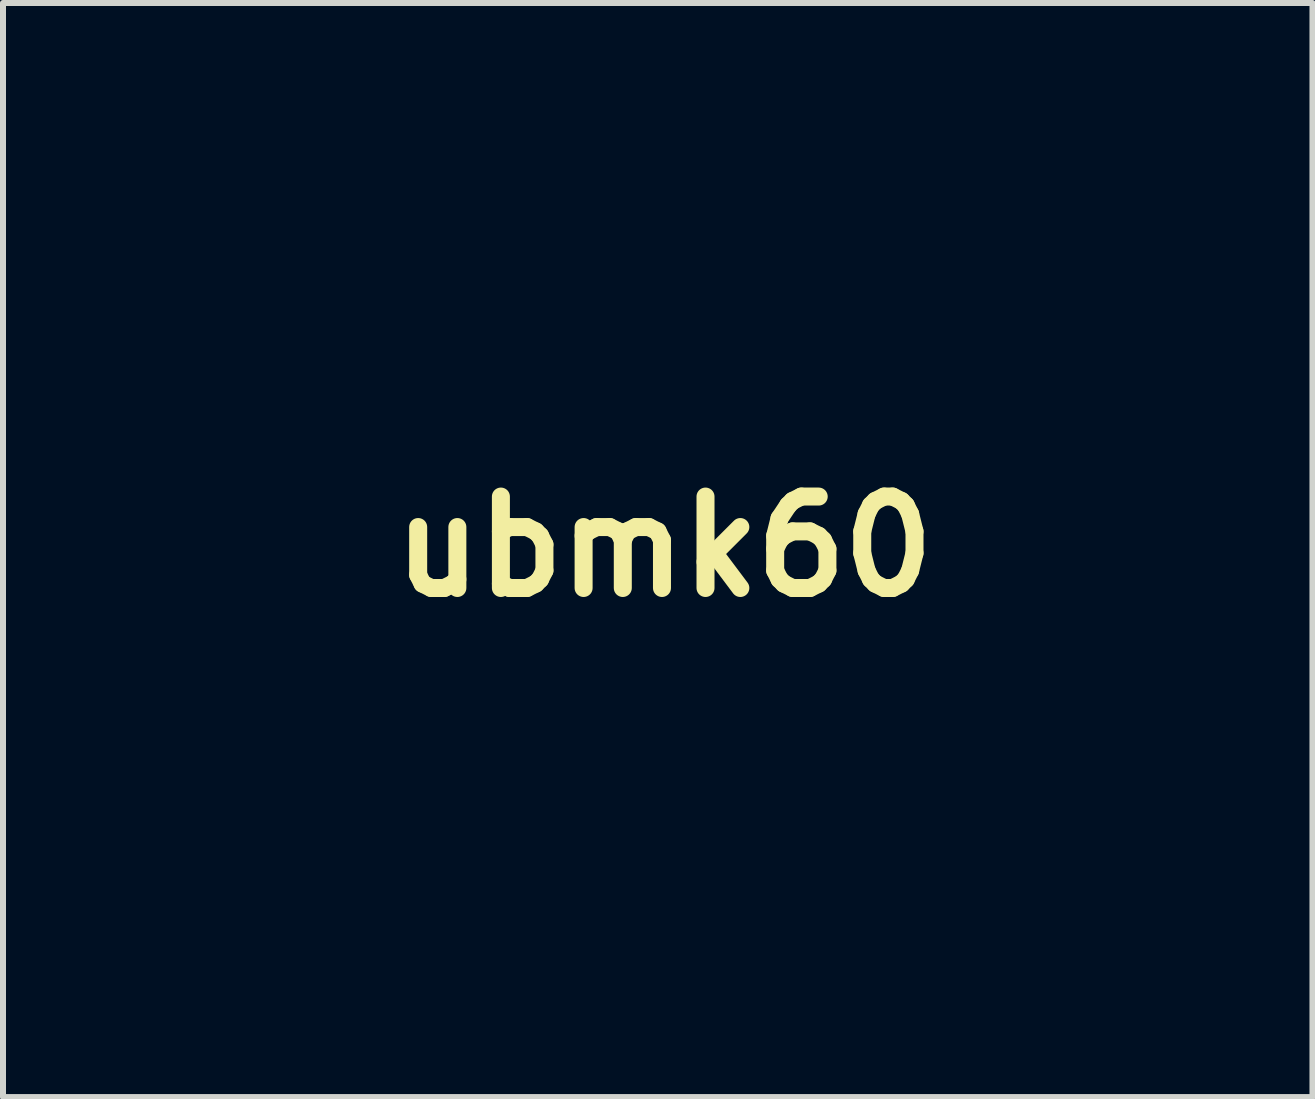
<source format=kicad_pcb>
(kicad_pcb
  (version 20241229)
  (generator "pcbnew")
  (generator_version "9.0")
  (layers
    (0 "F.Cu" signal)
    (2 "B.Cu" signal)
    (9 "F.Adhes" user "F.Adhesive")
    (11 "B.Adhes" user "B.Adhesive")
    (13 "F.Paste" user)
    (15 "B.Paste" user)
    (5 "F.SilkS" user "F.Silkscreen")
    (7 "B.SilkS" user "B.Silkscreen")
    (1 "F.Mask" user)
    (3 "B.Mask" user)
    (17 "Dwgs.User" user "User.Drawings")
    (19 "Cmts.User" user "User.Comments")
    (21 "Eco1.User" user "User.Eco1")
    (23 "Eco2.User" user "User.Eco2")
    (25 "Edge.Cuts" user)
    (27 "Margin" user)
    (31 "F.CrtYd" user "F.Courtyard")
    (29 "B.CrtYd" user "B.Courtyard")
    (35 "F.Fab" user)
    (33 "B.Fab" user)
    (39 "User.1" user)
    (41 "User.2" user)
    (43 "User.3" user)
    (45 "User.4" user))
  (footprint "ubmk60"
    (layer "F.Cu")
    (at 8.021 6.062)
    (property "Reference" "ubmk60" (at 0 0 0) (layer "F.SilkS") (effects (font (size 1.524 1.524) (thickness 0.3))))
    (attr through_hole)
    (fp_poly (pts (xy -1.143 -4.834) (xy -1.002 -4.834) (xy -1.002 -4.623) (xy -1.529 -4.623) (xy -1.529 -4.834) (xy -1.37 -4.834) (xy -1.38 -5.247) (xy -1.446 -5.252) (xy -1.512 -5.258) (xy -1.512 -5.449) (xy -1.143 -5.449) (xy -1.143 -4.834)) (stroke (width 0.01) (type solid)) (fill yes) (layer "F.Mask"))
    (fp_poly (pts (xy -0.193 -4.834) (xy -0.053 -4.834) (xy -0.053 -4.623) (xy -0.58 -4.623) (xy -0.58 -4.834) (xy -0.421 -4.834) (xy -0.431 -5.247) (xy -0.497 -5.252) (xy -0.562 -5.258) (xy -0.562 -5.449) (xy -0.193 -5.449) (xy -0.193 -4.834)) (stroke (width 0.01) (type solid)) (fill yes) (layer "F.Mask"))
    (fp_poly (pts (xy -0.714 -4.837) (xy -0.673 -4.801) (xy -0.653 -4.751) (xy -0.657 -4.697) (xy -0.689 -4.648) (xy -0.697 -4.642) (xy -0.753 -4.611) (xy -0.803 -4.613) (xy -0.853 -4.649) (xy -0.853 -4.649) (xy -0.889 -4.699) (xy -0.891 -4.749) (xy -0.86 -4.805) (xy -0.86 -4.805) (xy -0.812 -4.844) (xy -0.772 -4.851) (xy -0.714 -4.837)) (stroke (width 0.01) (type solid)) (fill yes) (layer "F.Mask"))
    (fp_poly (pts (xy 6.293 -4.73) (xy 6.346 -4.688) (xy 6.376 -4.624) (xy 6.38 -4.586) (xy 6.365 -4.523) (xy 6.325 -4.473) (xy 6.269 -4.443) (xy 6.206 -4.438) (xy 6.176 -4.447) (xy 6.125 -4.485) (xy 6.091 -4.543) (xy 6.082 -4.593) (xy 6.096 -4.642) (xy 6.13 -4.691) (xy 6.174 -4.729) (xy 6.219 -4.746) (xy 6.222 -4.746) (xy 6.293 -4.73)) (stroke (width 0.01) (type solid)) (fill yes) (layer "F.Mask"))
    (fp_poly (pts (xy -3.44 -5.867) (xy -3.324 -5.862) (xy -4.134 -4.623) (xy -4.256 -4.623) (xy -4.316 -4.624) (xy -4.359 -4.626) (xy -4.377 -4.63) (xy -4.377 -4.63) (xy -4.368 -4.647) (xy -4.341 -4.688) (xy -4.301 -4.752) (xy -4.248 -4.834) (xy -4.186 -4.929) (xy -4.117 -5.036) (xy -4.043 -5.149) (xy -3.967 -5.265) (xy -3.891 -5.38) (xy -3.818 -5.491) (xy -3.751 -5.593) (xy -3.691 -5.684) (xy -3.641 -5.758) (xy -3.604 -5.813) (xy -3.583 -5.844) (xy -3.578 -5.85) (xy -3.545 -5.864) (xy -3.48 -5.868) (xy -3.44 -5.867)) (stroke (width 0.01) (type solid)) (fill yes) (layer "F.Mask"))
    (fp_poly (pts (xy 6.313 -5.228) (xy 6.373 -5.222) (xy 6.424 -5.209) (xy 6.48 -5.186) (xy 6.504 -5.175) (xy 6.636 -5.093) (xy 6.743 -4.987) (xy 6.797 -4.908) (xy 6.826 -4.836) (xy 6.826 -4.774) (xy 6.8 -4.726) (xy 6.748 -4.698) (xy 6.706 -4.693) (xy 6.672 -4.697) (xy 6.642 -4.712) (xy 6.609 -4.745) (xy 6.57 -4.794) (xy 6.48 -4.892) (xy 6.383 -4.955) (xy 6.279 -4.984) (xy 6.167 -4.98) (xy 6.108 -4.965) (xy 6.02 -4.946) (xy 5.955 -4.952) (xy 5.913 -4.985) (xy 5.9 -5.012) (xy 5.89 -5.081) (xy 5.912 -5.137) (xy 5.965 -5.181) (xy 6.048 -5.211) (xy 6.16 -5.227) (xy 6.231 -5.229) (xy 6.313 -5.228)) (stroke (width 0.01) (type solid)) (fill yes) (layer "F.Mask"))
    (fp_poly (pts (xy -0.879 5.101) (xy -0.795 5.114) (xy -0.734 5.139) (xy -0.689 5.178) (xy -0.654 5.234) (xy -0.649 5.245) (xy -0.621 5.335) (xy -0.625 5.418) (xy -0.661 5.495) (xy -0.731 5.57) (xy -0.804 5.625) (xy -0.923 5.704) (xy -0.615 5.714) (xy -0.615 5.924) (xy -0.839 5.923) (xy -0.928 5.921) (xy -1.006 5.918) (xy -1.066 5.913) (xy -1.099 5.907) (xy -1.101 5.907) (xy -1.153 5.869) (xy -1.194 5.811) (xy -1.213 5.746) (xy -1.213 5.738) (xy -1.207 5.695) (xy -1.186 5.653) (xy -1.146 5.609) (xy -1.083 5.556) (xy -1.002 5.496) (xy -0.922 5.434) (xy -0.876 5.384) (xy -0.863 5.345) (xy -0.883 5.316) (xy -0.937 5.299) (xy -1.024 5.291) (xy -1.049 5.291) (xy -1.178 5.291) (xy -1.178 5.098) (xy -0.991 5.098) (xy -0.879 5.101)) (stroke (width 0.01) (type solid)) (fill yes) (layer "F.Mask"))
    (fp_poly (pts (xy -2.373 5.101) (xy -2.289 5.114) (xy -2.228 5.139) (xy -2.183 5.178) (xy -2.148 5.234) (xy -2.143 5.245) (xy -2.115 5.335) (xy -2.119 5.418) (xy -2.155 5.495) (xy -2.225 5.57) (xy -2.298 5.625) (xy -2.417 5.704) (xy -2.263 5.709) (xy -2.109 5.714) (xy -2.109 5.924) (xy -2.333 5.923) (xy -2.422 5.921) (xy -2.5 5.918) (xy -2.56 5.913) (xy -2.594 5.907) (xy -2.595 5.907) (xy -2.648 5.869) (xy -2.688 5.811) (xy -2.707 5.746) (xy -2.707 5.738) (xy -2.701 5.695) (xy -2.68 5.653) (xy -2.64 5.609) (xy -2.578 5.556) (xy -2.496 5.496) (xy -2.417 5.434) (xy -2.37 5.384) (xy -2.357 5.345) (xy -2.377 5.316) (xy -2.431 5.299) (xy -2.518 5.291) (xy -2.543 5.291) (xy -2.672 5.291) (xy -2.672 5.098) (xy -2.485 5.098) (xy -2.373 5.101)) (stroke (width 0.01) (type solid)) (fill yes) (layer "F.Mask"))
    (fp_poly (pts (xy 6.374 -5.642) (xy 6.499 -5.62) (xy 6.621 -5.579) (xy 6.741 -5.522) (xy 6.83 -5.467) (xy 6.92 -5.396) (xy 7.005 -5.315) (xy 7.081 -5.23) (xy 7.143 -5.145) (xy 7.187 -5.067) (xy 7.206 -5.001) (xy 7.207 -4.989) (xy 7.193 -4.926) (xy 7.152 -4.885) (xy 7.088 -4.869) (xy 7.082 -4.869) (xy 7.033 -4.873) (xy 7.003 -4.892) (xy 6.982 -4.924) (xy 6.882 -5.076) (xy 6.763 -5.201) (xy 6.627 -5.297) (xy 6.477 -5.363) (xy 6.345 -5.394) (xy 6.232 -5.401) (xy 6.114 -5.393) (xy 6.005 -5.372) (xy 5.948 -5.353) (xy 5.864 -5.329) (xy 5.795 -5.331) (xy 5.745 -5.357) (xy 5.717 -5.407) (xy 5.713 -5.445) (xy 5.73 -5.499) (xy 5.777 -5.546) (xy 5.852 -5.587) (xy 5.951 -5.618) (xy 6.068 -5.64) (xy 6.201 -5.649) (xy 6.231 -5.649) (xy 6.374 -5.642)) (stroke (width 0.01) (type solid)) (fill yes) (layer "F.Mask"))
    (fp_poly (pts (xy 2.49 5.303) (xy 2.562 5.328) (xy 2.643 5.385) (xy 2.699 5.462) (xy 2.731 5.552) (xy 2.736 5.648) (xy 2.713 5.744) (xy 2.662 5.832) (xy 2.652 5.845) (xy 2.588 5.897) (xy 2.511 5.928) (xy 2.432 5.937) (xy 2.36 5.921) (xy 2.317 5.894) (xy 2.302 5.882) (xy 2.292 5.884) (xy 2.287 5.905) (xy 2.285 5.951) (xy 2.285 6.018) (xy 2.285 6.17) (xy 2.055 6.17) (xy 2.06 5.83) (xy 2.063 5.615) (xy 2.285 5.615) (xy 2.299 5.67) (xy 2.335 5.708) (xy 2.383 5.726) (xy 2.434 5.72) (xy 2.47 5.695) (xy 2.496 5.645) (xy 2.498 5.589) (xy 2.479 5.537) (xy 2.444 5.499) (xy 2.397 5.484) (xy 2.361 5.499) (xy 2.323 5.534) (xy 2.295 5.579) (xy 2.285 5.615) (xy 2.063 5.615) (xy 2.065 5.49) (xy 2.116 5.424) (xy 2.19 5.354) (xy 2.283 5.31) (xy 2.385 5.292) (xy 2.49 5.303)) (stroke (width 0.01) (type solid)) (fill yes) (layer "F.Mask"))
    (fp_poly (pts (xy -4.237 -5.896) (xy -4.143 -5.864) (xy -4.061 -5.805) (xy -4.058 -5.803) (xy -4.017 -5.755) (xy -3.994 -5.708) (xy -3.982 -5.643) (xy -3.981 -5.639) (xy -3.977 -5.509) (xy -4 -5.401) (xy -4.031 -5.34) (xy -4.089 -5.28) (xy -4.169 -5.234) (xy -4.258 -5.207) (xy -4.307 -5.203) (xy -4.39 -5.215) (xy -4.465 -5.243) (xy -4.535 -5.286) (xy -4.581 -5.337) (xy -4.609 -5.404) (xy -4.621 -5.494) (xy -4.623 -5.555) (xy -4.623 -5.558) (xy -4.394 -5.558) (xy -4.384 -5.486) (xy -4.357 -5.438) (xy -4.317 -5.415) (xy -4.269 -5.423) (xy -4.247 -5.436) (xy -4.23 -5.457) (xy -4.222 -5.492) (xy -4.222 -5.551) (xy -4.222 -5.564) (xy -4.227 -5.623) (xy -4.235 -5.657) (xy -4.252 -5.675) (xy -4.275 -5.685) (xy -4.328 -5.689) (xy -4.367 -5.663) (xy -4.39 -5.609) (xy -4.394 -5.558) (xy -4.623 -5.558) (xy -4.622 -5.634) (xy -4.616 -5.689) (xy -4.605 -5.728) (xy -4.585 -5.764) (xy -4.583 -5.766) (xy -4.516 -5.837) (xy -4.431 -5.882) (xy -4.336 -5.902) (xy -4.237 -5.896)) (stroke (width 0.01) (type solid)) (fill yes) (layer "F.Mask"))
    (fp_poly (pts (xy 2.848 -1.986) (xy 2.98 -1.986) (xy 3.129 -2.259) (xy 3.278 -2.531) (xy 3.59 -2.531) (xy 3.691 -2.531) (xy 3.778 -2.529) (xy 3.845 -2.528) (xy 3.889 -2.525) (xy 3.902 -2.523) (xy 3.893 -2.506) (xy 3.868 -2.465) (xy 3.83 -2.403) (xy 3.781 -2.325) (xy 3.725 -2.236) (xy 3.715 -2.221) (xy 3.659 -2.131) (xy 3.611 -2.051) (xy 3.575 -1.987) (xy 3.553 -1.942) (xy 3.546 -1.921) (xy 3.547 -1.92) (xy 3.599 -1.893) (xy 3.659 -1.846) (xy 3.716 -1.789) (xy 3.737 -1.763) (xy 3.772 -1.709) (xy 3.798 -1.647) (xy 3.816 -1.571) (xy 3.826 -1.476) (xy 3.831 -1.356) (xy 3.832 -1.274) (xy 3.832 -1.037) (xy 3.269 -1.037) (xy 3.269 -1.272) (xy 3.269 -1.369) (xy 3.267 -1.438) (xy 3.262 -1.485) (xy 3.254 -1.517) (xy 3.242 -1.541) (xy 3.233 -1.553) (xy 3.174 -1.6) (xy 3.087 -1.626) (xy 2.974 -1.632) (xy 2.962 -1.632) (xy 2.856 -1.626) (xy 2.847 -1.037) (xy 2.303 -1.037) (xy 2.303 -3.146) (xy 2.848 -3.146) (xy 2.848 -1.986)) (stroke (width 0.01) (type solid)) (fill yes) (layer "F.Mask"))
    (fp_poly (pts (xy 6.304 -6.057) (xy 6.428 -6.051) (xy 6.536 -6.039) (xy 6.609 -6.024) (xy 6.73 -5.984) (xy 6.862 -5.927) (xy 6.989 -5.861) (xy 7.072 -5.811) (xy 7.157 -5.747) (xy 7.244 -5.668) (xy 7.328 -5.581) (xy 7.406 -5.488) (xy 7.474 -5.396) (xy 7.53 -5.308) (xy 7.568 -5.23) (xy 7.586 -5.167) (xy 7.584 -5.132) (xy 7.554 -5.082) (xy 7.506 -5.051) (xy 7.452 -5.043) (xy 7.402 -5.058) (xy 7.374 -5.084) (xy 7.353 -5.117) (xy 7.318 -5.169) (xy 7.276 -5.233) (xy 7.259 -5.259) (xy 7.142 -5.411) (xy 7.003 -5.543) (xy 6.851 -5.649) (xy 6.795 -5.679) (xy 6.596 -5.76) (xy 6.398 -5.806) (xy 6.2 -5.817) (xy 6 -5.793) (xy 5.83 -5.748) (xy 5.743 -5.72) (xy 5.683 -5.705) (xy 5.64 -5.701) (xy 5.61 -5.706) (xy 5.566 -5.738) (xy 5.542 -5.792) (xy 5.543 -5.856) (xy 5.544 -5.861) (xy 5.572 -5.902) (xy 5.634 -5.944) (xy 5.729 -5.985) (xy 5.853 -6.024) (xy 5.939 -6.041) (xy 6.05 -6.052) (xy 6.175 -6.057) (xy 6.304 -6.057)) (stroke (width 0.01) (type solid)) (fill yes) (layer "F.Mask"))
    (fp_poly (pts (xy -3.497 -2.114) (xy -3.496 -1.949) (xy -3.492 -1.818) (xy -3.487 -1.72) (xy -3.48 -1.657) (xy -3.475 -1.636) (xy -3.433 -1.567) (xy -3.366 -1.52) (xy -3.294 -1.501) (xy -3.216 -1.505) (xy -3.15 -1.539) (xy -3.099 -1.598) (xy -3.086 -1.618) (xy -3.077 -1.638) (xy -3.07 -1.664) (xy -3.065 -1.7) (xy -3.061 -1.75) (xy -3.06 -1.82) (xy -3.059 -1.914) (xy -3.059 -2.037) (xy -3.059 -2.094) (xy -3.059 -2.531) (xy -2.514 -2.531) (xy -2.514 -2.033) (xy -2.514 -1.87) (xy -2.516 -1.737) (xy -2.519 -1.631) (xy -2.525 -1.546) (xy -2.535 -1.478) (xy -2.548 -1.424) (xy -2.566 -1.377) (xy -2.59 -1.335) (xy -2.619 -1.291) (xy -2.628 -1.279) (xy -2.727 -1.173) (xy -2.849 -1.091) (xy -2.933 -1.053) (xy -3.013 -1.031) (xy -3.116 -1.016) (xy -3.23 -1.008) (xy -3.343 -1.007) (xy -3.445 -1.014) (xy -3.507 -1.026) (xy -3.654 -1.079) (xy -3.784 -1.158) (xy -3.892 -1.259) (xy -3.974 -1.376) (xy -3.987 -1.403) (xy -4.034 -1.503) (xy -4.04 -2.017) (xy -4.045 -2.531) (xy -3.498 -2.531) (xy -3.497 -2.114)) (stroke (width 0.01) (type solid)) (fill yes) (layer "F.Mask"))
    (fp_poly (pts (xy 1.23 5.29) (xy 0.835 5.3) (xy 0.835 5.344) (xy 0.837 5.365) (xy 0.847 5.379) (xy 0.872 5.387) (xy 0.921 5.393) (xy 0.978 5.397) (xy 1.055 5.404) (xy 1.109 5.414) (xy 1.149 5.431) (xy 1.184 5.455) (xy 1.24 5.518) (xy 1.271 5.595) (xy 1.276 5.678) (xy 1.257 5.759) (xy 1.214 5.83) (xy 1.15 5.883) (xy 1.124 5.896) (xy 1.076 5.909) (xy 1.011 5.918) (xy 0.921 5.923) (xy 0.835 5.924) (xy 0.615 5.924) (xy 0.615 5.73) (xy 0.799 5.73) (xy 0.887 5.729) (xy 0.947 5.725) (xy 0.985 5.717) (xy 1.007 5.705) (xy 1.01 5.702) (xy 1.033 5.668) (xy 1.026 5.64) (xy 0.986 5.619) (xy 0.912 5.604) (xy 0.86 5.598) (xy 0.783 5.586) (xy 0.716 5.567) (xy 0.687 5.553) (xy 0.628 5.499) (xy 0.593 5.427) (xy 0.582 5.346) (xy 0.595 5.265) (xy 0.631 5.192) (xy 0.691 5.135) (xy 0.694 5.133) (xy 0.721 5.118) (xy 0.753 5.108) (xy 0.797 5.102) (xy 0.858 5.099) (xy 0.945 5.098) (xy 0.991 5.098) (xy 1.23 5.098) (xy 1.23 5.29)) (stroke (width 0.01) (type solid)) (fill yes) (layer "F.Mask"))
    (fp_poly (pts (xy -3.28 -5.278) (xy -3.19 -5.24) (xy -3.123 -5.177) (xy -3.113 -5.162) (xy -3.094 -5.124) (xy -3.083 -5.081) (xy -3.077 -5.021) (xy -3.076 -4.947) (xy -3.081 -4.844) (xy -3.099 -4.767) (xy -3.132 -4.709) (xy -3.185 -4.662) (xy -3.219 -4.641) (xy -3.299 -4.613) (xy -3.394 -4.604) (xy -3.488 -4.614) (xy -3.569 -4.643) (xy -3.574 -4.646) (xy -3.633 -4.689) (xy -3.673 -4.735) (xy -3.696 -4.795) (xy -3.707 -4.875) (xy -3.709 -4.946) (xy -3.709 -4.951) (xy -3.48 -4.951) (xy -3.475 -4.88) (xy -3.457 -4.838) (xy -3.422 -4.819) (xy -3.393 -4.816) (xy -3.35 -4.824) (xy -3.326 -4.837) (xy -3.314 -4.866) (xy -3.306 -4.916) (xy -3.305 -4.951) (xy -3.307 -5.009) (xy -3.317 -5.043) (xy -3.34 -5.067) (xy -3.349 -5.073) (xy -3.383 -5.091) (xy -3.41 -5.088) (xy -3.436 -5.073) (xy -3.463 -5.05) (xy -3.476 -5.02) (xy -3.48 -4.97) (xy -3.48 -4.951) (xy -3.709 -4.951) (xy -3.707 -5.029) (xy -3.701 -5.086) (xy -3.69 -5.128) (xy -3.672 -5.162) (xy -3.61 -5.229) (xy -3.524 -5.273) (xy -3.416 -5.29) (xy -3.393 -5.291) (xy -3.28 -5.278)) (stroke (width 0.01) (type solid)) (fill yes) (layer "F.Mask"))
    (fp_poly (pts (xy 1.801 5.316) (xy 1.822 5.325) (xy 1.875 5.356) (xy 1.917 5.392) (xy 1.925 5.403) (xy 1.954 5.464) (xy 1.973 5.537) (xy 1.979 5.605) (xy 1.976 5.634) (xy 1.97 5.654) (xy 1.958 5.666) (xy 1.935 5.673) (xy 1.893 5.677) (xy 1.826 5.678) (xy 1.782 5.678) (xy 1.707 5.679) (xy 1.647 5.682) (xy 1.609 5.687) (xy 1.6 5.692) (xy 1.612 5.719) (xy 1.651 5.737) (xy 1.719 5.746) (xy 1.779 5.748) (xy 1.916 5.748) (xy 1.916 5.924) (xy 1.771 5.923) (xy 1.692 5.92) (xy 1.618 5.911) (xy 1.562 5.899) (xy 1.556 5.898) (xy 1.476 5.853) (xy 1.411 5.784) (xy 1.369 5.702) (xy 1.361 5.665) (xy 1.361 5.561) (xy 1.372 5.524) (xy 1.588 5.524) (xy 1.589 5.543) (xy 1.619 5.552) (xy 1.681 5.555) (xy 1.736 5.554) (xy 1.763 5.55) (xy 1.767 5.539) (xy 1.755 5.518) (xy 1.754 5.515) (xy 1.712 5.478) (xy 1.662 5.471) (xy 1.616 5.494) (xy 1.588 5.524) (xy 1.372 5.524) (xy 1.39 5.468) (xy 1.443 5.392) (xy 1.516 5.335) (xy 1.603 5.301) (xy 1.7 5.293) (xy 1.801 5.316)) (stroke (width 0.01) (type solid)) (fill yes) (layer "F.Mask"))
    (fp_poly (pts (xy -1.723 -2.408) (xy -1.645 -2.468) (xy -1.542 -2.525) (xy -1.423 -2.556) (xy -1.294 -2.563) (xy -1.162 -2.544) (xy -1.032 -2.502) (xy -0.913 -2.436) (xy -0.863 -2.398) (xy -0.786 -2.317) (xy -0.718 -2.213) (xy -0.666 -2.098) (xy -0.643 -2.022) (xy -0.619 -1.848) (xy -0.625 -1.682) (xy -0.661 -1.527) (xy -0.723 -1.385) (xy -0.811 -1.262) (xy -0.922 -1.158) (xy -1.055 -1.079) (xy -1.207 -1.026) (xy -1.227 -1.022) (xy -1.323 -1.008) (xy -1.436 -1.004) (xy -1.552 -1.008) (xy -1.655 -1.019) (xy -1.703 -1.03) (xy -1.857 -1.088) (xy -1.99 -1.175) (xy -2.102 -1.289) (xy -2.19 -1.429) (xy -2.196 -1.441) (xy -2.259 -1.573) (xy -2.26 -1.775) (xy -1.705 -1.775) (xy -1.691 -1.675) (xy -1.651 -1.593) (xy -1.59 -1.533) (xy -1.514 -1.498) (xy -1.427 -1.49) (xy -1.334 -1.514) (xy -1.317 -1.522) (xy -1.256 -1.571) (xy -1.213 -1.642) (xy -1.191 -1.726) (xy -1.189 -1.815) (xy -1.209 -1.9) (xy -1.251 -1.973) (xy -1.264 -1.987) (xy -1.338 -2.04) (xy -1.417 -2.063) (xy -1.497 -2.057) (xy -1.571 -2.027) (xy -1.634 -1.974) (xy -1.68 -1.901) (xy -1.703 -1.811) (xy -1.705 -1.775) (xy -2.26 -1.775) (xy -2.264 -2.36) (xy -2.269 -3.146) (xy -1.723 -3.146) (xy -1.723 -2.408)) (stroke (width 0.01) (type solid)) (fill yes) (layer "F.Mask"))
    (fp_poly (pts (xy -1.627 -5.238) (xy -1.583 -5.236) (xy -1.565 -5.233) (xy -1.564 -5.233) (xy -1.57 -5.212) (xy -1.585 -5.166) (xy -1.607 -5.1) (xy -1.633 -5.021) (xy -1.662 -4.937) (xy -1.691 -4.855) (xy -1.717 -4.782) (xy -1.738 -4.723) (xy -1.752 -4.687) (xy -1.755 -4.681) (xy -1.789 -4.647) (xy -1.844 -4.621) (xy -1.905 -4.607) (xy -1.923 -4.606) (xy -1.966 -4.615) (xy -2.006 -4.632) (xy -2.044 -4.66) (xy -2.065 -4.688) (xy -2.075 -4.714) (xy -2.092 -4.765) (xy -2.116 -4.833) (xy -2.143 -4.912) (xy -2.171 -4.995) (xy -2.198 -5.075) (xy -2.222 -5.145) (xy -2.239 -5.199) (xy -2.249 -5.229) (xy -2.25 -5.233) (xy -2.234 -5.236) (xy -2.192 -5.237) (xy -2.132 -5.238) (xy -2.128 -5.238) (xy -2.062 -5.237) (xy -2.023 -5.231) (xy -2.003 -5.219) (xy -1.998 -5.207) (xy -1.99 -5.178) (xy -1.977 -5.123) (xy -1.961 -5.052) (xy -1.951 -5.004) (xy -1.934 -4.933) (xy -1.919 -4.878) (xy -1.908 -4.845) (xy -1.904 -4.84) (xy -1.897 -4.86) (xy -1.885 -4.906) (xy -1.87 -4.97) (xy -1.862 -5.004) (xy -1.846 -5.078) (xy -1.832 -5.143) (xy -1.822 -5.189) (xy -1.819 -5.199) (xy -1.811 -5.219) (xy -1.794 -5.231) (xy -1.76 -5.237) (xy -1.701 -5.238) (xy -1.687 -5.238) (xy -1.627 -5.238)) (stroke (width 0.01) (type solid)) (fill yes) (layer "F.Mask"))
    (fp_poly (pts (xy -5.645 1.707) (xy -5.526 1.708) (xy -5.429 1.709) (xy -5.357 1.711) (xy -5.316 1.714) (xy -5.314 1.714) (xy -5.207 1.743) (xy -5.119 1.801) (xy -5.067 1.862) (xy -5.027 1.921) (xy -5.027 2.684) (xy -5.027 2.868) (xy -5.028 3.021) (xy -5.028 3.145) (xy -5.029 3.244) (xy -5.031 3.321) (xy -5.034 3.38) (xy -5.037 3.424) (xy -5.042 3.456) (xy -5.048 3.481) (xy -5.055 3.5) (xy -5.062 3.516) (xy -5.112 3.581) (xy -5.174 3.629) (xy -5.25 3.674) (xy -6.761 3.674) (xy -6.839 3.624) (xy -6.871 3.603) (xy -6.898 3.584) (xy -6.92 3.562) (xy -6.938 3.534) (xy -6.951 3.498) (xy -6.961 3.451) (xy -6.969 3.388) (xy -6.973 3.307) (xy -6.976 3.204) (xy -6.977 3.078) (xy -6.976 2.923) (xy -6.975 2.737) (xy -6.975 2.67) (xy -6.973 2.355) (xy -6.346 2.355) (xy -6.346 3.041) (xy -5.66 3.041) (xy -5.66 2.355) (xy -6.346 2.355) (xy -6.973 2.355) (xy -6.97 1.904) (xy -6.92 1.84) (xy -6.897 1.809) (xy -6.875 1.784) (xy -6.851 1.764) (xy -6.822 1.748) (xy -6.783 1.736) (xy -6.733 1.726) (xy -6.666 1.72) (xy -6.58 1.715) (xy -6.47 1.712) (xy -6.335 1.71) (xy -6.169 1.709) (xy -6.082 1.708) (xy -5.927 1.707) (xy -5.78 1.707) (xy -5.645 1.707)) (stroke (width 0.01) (type solid)) (fill yes) (layer "F.Mask"))
    (fp_poly (pts (xy -6.243 -5.87) (xy -6.177 -5.868) (xy -6.133 -5.865) (xy -6.117 -5.862) (xy -6.126 -5.844) (xy -6.151 -5.803) (xy -6.187 -5.745) (xy -6.232 -5.676) (xy -6.233 -5.675) (xy -6.283 -5.596) (xy -6.314 -5.541) (xy -6.326 -5.505) (xy -6.32 -5.483) (xy -6.294 -5.47) (xy -6.25 -5.462) (xy -6.241 -5.46) (xy -6.15 -5.429) (xy -6.073 -5.37) (xy -6.01 -5.29) (xy -5.966 -5.195) (xy -5.942 -5.091) (xy -5.942 -4.984) (xy -5.967 -4.881) (xy -5.978 -4.857) (xy -6.037 -4.77) (xy -6.121 -4.695) (xy -6.217 -4.642) (xy -6.247 -4.631) (xy -6.319 -4.617) (xy -6.407 -4.609) (xy -6.497 -4.608) (xy -6.574 -4.614) (xy -6.609 -4.622) (xy -6.73 -4.674) (xy -6.824 -4.749) (xy -6.892 -4.842) (xy -6.931 -4.95) (xy -6.94 -5.072) (xy -6.938 -5.082) (xy -6.578 -5.082) (xy -6.57 -5.01) (xy -6.569 -5.008) (xy -6.538 -4.96) (xy -6.486 -4.931) (xy -6.425 -4.923) (xy -6.367 -4.94) (xy -6.348 -4.953) (xy -6.309 -5.003) (xy -6.299 -5.061) (xy -6.314 -5.117) (xy -6.351 -5.162) (xy -6.407 -5.189) (xy -6.439 -5.192) (xy -6.509 -5.178) (xy -6.556 -5.14) (xy -6.578 -5.082) (xy -6.938 -5.082) (xy -6.919 -5.202) (xy -6.875 -5.318) (xy -6.846 -5.375) (xy -6.801 -5.452) (xy -6.747 -5.54) (xy -6.69 -5.629) (xy -6.676 -5.651) (xy -6.53 -5.87) (xy -6.324 -5.87) (xy -6.243 -5.87)) (stroke (width 0.01) (type solid)) (fill yes) (layer "F.Mask"))
    (fp_poly (pts (xy -1.537 5.094) (xy -1.45 5.132) (xy -1.38 5.192) (xy -1.368 5.207) (xy -1.352 5.233) (xy -1.34 5.26) (xy -1.333 5.295) (xy -1.329 5.345) (xy -1.327 5.418) (xy -1.327 5.503) (xy -1.327 5.599) (xy -1.329 5.668) (xy -1.333 5.715) (xy -1.341 5.747) (xy -1.353 5.773) (xy -1.371 5.799) (xy -1.374 5.804) (xy -1.422 5.852) (xy -1.478 5.892) (xy -1.489 5.898) (xy -1.563 5.922) (xy -1.651 5.935) (xy -1.735 5.934) (xy -1.781 5.924) (xy -1.857 5.887) (xy -1.925 5.829) (xy -1.973 5.763) (xy -1.975 5.759) (xy -1.989 5.718) (xy -1.998 5.661) (xy -2.003 5.581) (xy -2.004 5.507) (xy -1.775 5.507) (xy -1.774 5.578) (xy -1.769 5.625) (xy -1.758 5.656) (xy -1.737 5.682) (xy -1.732 5.687) (xy -1.695 5.717) (xy -1.663 5.73) (xy -1.661 5.73) (xy -1.63 5.719) (xy -1.593 5.69) (xy -1.59 5.687) (xy -1.568 5.661) (xy -1.555 5.632) (xy -1.549 5.589) (xy -1.547 5.523) (xy -1.547 5.507) (xy -1.551 5.413) (xy -1.565 5.349) (xy -1.591 5.311) (xy -1.631 5.293) (xy -1.661 5.291) (xy -1.711 5.299) (xy -1.745 5.325) (xy -1.765 5.374) (xy -1.774 5.451) (xy -1.775 5.507) (xy -2.004 5.507) (xy -2.004 5.499) (xy -2.003 5.408) (xy -1.999 5.344) (xy -1.992 5.298) (xy -1.98 5.262) (xy -1.964 5.231) (xy -1.905 5.161) (xy -1.826 5.112) (xy -1.733 5.084) (xy -1.634 5.078) (xy -1.537 5.094)) (stroke (width 0.01) (type solid)) (fill yes) (layer "F.Mask"))
    (fp_poly (pts (xy -0.043 5.094) (xy 0.044 5.132) (xy 0.115 5.192) (xy 0.126 5.207) (xy 0.143 5.233) (xy 0.154 5.26) (xy 0.161 5.295) (xy 0.165 5.345) (xy 0.167 5.418) (xy 0.167 5.503) (xy 0.167 5.599) (xy 0.165 5.668) (xy 0.161 5.715) (xy 0.154 5.747) (xy 0.141 5.773) (xy 0.124 5.799) (xy 0.12 5.804) (xy 0.073 5.852) (xy 0.016 5.892) (xy 0.005 5.898) (xy -0.069 5.922) (xy -0.157 5.935) (xy -0.241 5.934) (xy -0.287 5.924) (xy -0.362 5.887) (xy -0.431 5.829) (xy -0.479 5.763) (xy -0.481 5.759) (xy -0.495 5.718) (xy -0.504 5.661) (xy -0.509 5.581) (xy -0.509 5.507) (xy -0.281 5.507) (xy -0.28 5.578) (xy -0.275 5.625) (xy -0.263 5.656) (xy -0.243 5.682) (xy -0.238 5.687) (xy -0.201 5.717) (xy -0.169 5.73) (xy -0.167 5.73) (xy -0.136 5.719) (xy -0.099 5.69) (xy -0.096 5.687) (xy -0.074 5.661) (xy -0.061 5.632) (xy -0.055 5.589) (xy -0.053 5.523) (xy -0.053 5.507) (xy -0.057 5.413) (xy -0.071 5.349) (xy -0.097 5.311) (xy -0.137 5.293) (xy -0.167 5.291) (xy -0.217 5.299) (xy -0.25 5.325) (xy -0.271 5.374) (xy -0.28 5.451) (xy -0.281 5.507) (xy -0.509 5.507) (xy -0.509 5.499) (xy -0.508 5.408) (xy -0.505 5.344) (xy -0.498 5.298) (xy -0.486 5.262) (xy -0.47 5.231) (xy -0.411 5.161) (xy -0.332 5.112) (xy -0.239 5.084) (xy -0.14 5.078) (xy -0.043 5.094)) (stroke (width 0.01) (type solid)) (fill yes) (layer "F.Mask"))
    (fp_poly (pts (xy -0.454 -0.599) (xy -0.402 -0.555) (xy -0.355 -0.502) (xy -0.35 -0.495) (xy -0.308 -0.433) (xy -0.308 1.101) (xy -0.356 1.174) (xy -0.401 1.227) (xy -0.455 1.272) (xy -0.474 1.283) (xy -0.492 1.292) (xy -0.512 1.299) (xy -0.538 1.304) (xy -0.572 1.309) (xy -0.618 1.312) (xy -0.679 1.315) (xy -0.76 1.316) (xy -0.863 1.318) (xy -0.991 1.318) (xy -1.149 1.318) (xy -1.287 1.318) (xy -1.469 1.318) (xy -1.62 1.318) (xy -1.742 1.317) (xy -1.839 1.316) (xy -1.914 1.314) (xy -1.972 1.311) (xy -2.014 1.307) (xy -2.045 1.303) (xy -2.067 1.296) (xy -2.085 1.289) (xy -2.092 1.286) (xy -2.141 1.251) (xy -2.192 1.203) (xy -2.206 1.187) (xy -2.259 1.122) (xy -2.264 0.359) (xy -2.265 0.175) (xy -2.266 0.023) (xy -2.266 0) (xy -1.635 0) (xy -1.635 0.331) (xy -1.634 0.436) (xy -1.632 0.528) (xy -1.63 0.602) (xy -1.627 0.653) (xy -1.623 0.674) (xy -1.623 0.674) (xy -1.603 0.677) (xy -1.553 0.681) (xy -1.479 0.683) (xy -1.387 0.685) (xy -1.283 0.686) (xy -0.949 0.686) (xy -0.949 0) (xy -1.635 0) (xy -2.266 0) (xy -2.266 -0.101) (xy -2.265 -0.199) (xy -2.264 -0.277) (xy -2.262 -0.335) (xy -2.259 -0.379) (xy -2.254 -0.412) (xy -2.249 -0.436) (xy -2.242 -0.455) (xy -2.233 -0.474) (xy -2.233 -0.474) (xy -2.194 -0.529) (xy -2.142 -0.58) (xy -2.123 -0.593) (xy -2.05 -0.642) (xy -0.516 -0.642) (xy -0.454 -0.599)) (stroke (width 0.01) (type solid)) (fill yes) (layer "F.Mask"))
    (fp_poly (pts (xy -5.139 -5.886) (xy -5.026 -5.853) (xy -4.93 -5.796) (xy -4.889 -5.76) (xy -4.847 -5.717) (xy -4.816 -5.674) (xy -4.793 -5.626) (xy -4.778 -5.566) (xy -4.769 -5.488) (xy -4.765 -5.387) (xy -4.764 -5.26) (xy -4.765 -5.132) (xy -4.768 -5.033) (xy -4.776 -4.957) (xy -4.789 -4.898) (xy -4.81 -4.85) (xy -4.839 -4.807) (xy -4.878 -4.763) (xy -4.883 -4.758) (xy -4.951 -4.695) (xy -5.02 -4.653) (xy -5.098 -4.627) (xy -5.196 -4.614) (xy -5.256 -4.611) (xy -5.339 -4.611) (xy -5.413 -4.615) (xy -5.465 -4.623) (xy -5.476 -4.626) (xy -5.592 -4.687) (xy -5.686 -4.77) (xy -5.753 -4.871) (xy -5.784 -4.963) (xy -5.792 -5.022) (xy -5.797 -5.108) (xy -5.799 -5.215) (xy -5.799 -5.241) (xy -5.432 -5.241) (xy -5.432 -5.013) (xy -5.377 -4.967) (xy -5.311 -4.929) (xy -5.247 -4.925) (xy -5.185 -4.957) (xy -5.167 -4.973) (xy -5.145 -4.996) (xy -5.13 -5.018) (xy -5.122 -5.045) (xy -5.117 -5.087) (xy -5.115 -5.149) (xy -5.115 -5.236) (xy -5.117 -5.346) (xy -5.122 -5.426) (xy -5.133 -5.483) (xy -5.151 -5.521) (xy -5.178 -5.547) (xy -5.212 -5.564) (xy -5.259 -5.58) (xy -5.298 -5.578) (xy -5.333 -5.565) (xy -5.379 -5.539) (xy -5.411 -5.508) (xy -5.413 -5.505) (xy -5.42 -5.473) (xy -5.426 -5.414) (xy -5.43 -5.334) (xy -5.432 -5.241) (xy -5.799 -5.241) (xy -5.798 -5.309) (xy -5.795 -5.409) (xy -5.792 -5.482) (xy -5.786 -5.535) (xy -5.778 -5.575) (xy -5.765 -5.61) (xy -5.746 -5.647) (xy -5.74 -5.657) (xy -5.667 -5.757) (xy -5.574 -5.83) (xy -5.46 -5.875) (xy -5.322 -5.896) (xy -5.273 -5.897) (xy -5.139 -5.886)) (stroke (width 0.01) (type solid)) (fill yes) (layer "F.Mask"))
    (fp_poly (pts (xy 6.623 1.762) (xy 6.676 1.807) (xy 6.721 1.861) (xy 6.732 1.88) (xy 6.741 1.898) (xy 6.748 1.918) (xy 6.753 1.944) (xy 6.758 1.978) (xy 6.761 2.024) (xy 6.764 2.085) (xy 6.766 2.165) (xy 6.767 2.267) (xy 6.767 2.395) (xy 6.767 2.552) (xy 6.767 2.7) (xy 6.767 2.881) (xy 6.767 3.032) (xy 6.767 3.153) (xy 6.766 3.25) (xy 6.764 3.326) (xy 6.761 3.383) (xy 6.758 3.425) (xy 6.753 3.456) (xy 6.747 3.479) (xy 6.74 3.498) (xy 6.73 3.515) (xy 6.728 3.519) (xy 6.685 3.575) (xy 6.629 3.624) (xy 6.617 3.632) (xy 6.545 3.674) (xy 5.79 3.673) (xy 5.607 3.673) (xy 5.456 3.672) (xy 5.333 3.671) (xy 5.235 3.67) (xy 5.158 3.668) (xy 5.1 3.666) (xy 5.057 3.662) (xy 5.025 3.657) (xy 5.002 3.651) (xy 4.983 3.644) (xy 4.97 3.637) (xy 4.919 3.6) (xy 4.87 3.549) (xy 4.856 3.53) (xy 4.808 3.457) (xy 4.808 2.699) (xy 4.808 2.515) (xy 4.808 2.362) (xy 4.808 2.355) (xy 5.449 2.355) (xy 5.449 3.041) (xy 6.135 3.041) (xy 6.135 2.355) (xy 5.449 2.355) (xy 4.808 2.355) (xy 4.809 2.237) (xy 4.81 2.138) (xy 4.812 2.061) (xy 4.815 2.002) (xy 4.819 1.959) (xy 4.824 1.928) (xy 4.829 1.906) (xy 4.837 1.889) (xy 4.838 1.887) (xy 4.884 1.825) (xy 4.945 1.769) (xy 5.009 1.732) (xy 5.024 1.727) (xy 5.052 1.724) (xy 5.11 1.722) (xy 5.196 1.719) (xy 5.305 1.717) (xy 5.433 1.716) (xy 5.577 1.715) (xy 5.733 1.714) (xy 5.811 1.714) (xy 6.55 1.714) (xy 6.623 1.762)) (stroke (width 0.01) (type solid)) (fill yes) (layer "F.Mask"))
    (fp_poly (pts (xy -5.797 -3.005) (xy -5.621 -3.004) (xy -5.476 -3.002) (xy -5.363 -2.998) (xy -5.282 -2.994) (xy -5.236 -2.989) (xy -5.226 -2.987) (xy -5.163 -2.95) (xy -5.101 -2.894) (xy -5.054 -2.83) (xy -5.052 -2.827) (xy -5.046 -2.809) (xy -5.041 -2.78) (xy -5.037 -2.737) (xy -5.033 -2.677) (xy -5.031 -2.597) (xy -5.029 -2.493) (xy -5.028 -2.364) (xy -5.027 -2.205) (xy -5.027 -2.018) (xy -5.027 -1.827) (xy -5.028 -1.669) (xy -5.029 -1.538) (xy -5.031 -1.433) (xy -5.035 -1.35) (xy -5.041 -1.286) (xy -5.049 -1.237) (xy -5.061 -1.2) (xy -5.077 -1.171) (xy -5.096 -1.148) (xy -5.12 -1.127) (xy -5.149 -1.105) (xy -5.161 -1.096) (xy -5.227 -1.046) (xy -5.975 -1.042) (xy -6.161 -1.041) (xy -6.316 -1.041) (xy -6.441 -1.041) (xy -6.541 -1.042) (xy -6.62 -1.044) (xy -6.679 -1.047) (xy -6.723 -1.05) (xy -6.754 -1.055) (xy -6.777 -1.061) (xy -6.785 -1.065) (xy -6.875 -1.121) (xy -6.942 -1.196) (xy -6.954 -1.216) (xy -6.96 -1.247) (xy -6.966 -1.308) (xy -6.971 -1.395) (xy -6.975 -1.503) (xy -6.978 -1.629) (xy -6.98 -1.767) (xy -6.981 -1.913) (xy -6.981 -2.062) (xy -6.98 -2.21) (xy -6.979 -2.352) (xy -6.978 -2.373) (xy -6.346 -2.373) (xy -6.346 -1.67) (xy -5.66 -1.67) (xy -5.66 -2.373) (xy -6.346 -2.373) (xy -6.978 -2.373) (xy -6.976 -2.484) (xy -6.973 -2.601) (xy -6.968 -2.698) (xy -6.963 -2.772) (xy -6.957 -2.817) (xy -6.954 -2.827) (xy -6.908 -2.89) (xy -6.847 -2.948) (xy -6.783 -2.986) (xy -6.78 -2.987) (xy -6.747 -2.992) (xy -6.681 -2.997) (xy -6.581 -3) (xy -6.449 -3.003) (xy -6.286 -3.005) (xy -6.093 -3.006) (xy -6.003 -3.006) (xy -5.797 -3.005)) (stroke (width 0.01) (type solid)) (fill yes) (layer "F.Mask"))
    (fp_poly (pts (xy 0.441 -2.559) (xy 0.592 -2.526) (xy 0.726 -2.471) (xy 0.846 -2.41) (xy 0.926 -2.461) (xy 1.01 -2.502) (xy 1.116 -2.535) (xy 1.23 -2.558) (xy 1.34 -2.566) (xy 1.341 -2.566) (xy 1.508 -2.552) (xy 1.658 -2.512) (xy 1.79 -2.446) (xy 1.9 -2.357) (xy 1.984 -2.247) (xy 2.024 -2.165) (xy 2.036 -2.134) (xy 2.045 -2.103) (xy 2.052 -2.067) (xy 2.057 -2.022) (xy 2.061 -1.963) (xy 2.064 -1.886) (xy 2.067 -1.786) (xy 2.069 -1.658) (xy 2.07 -1.551) (xy 2.077 -1.037) (xy 1.512 -1.037) (xy 1.512 -1.468) (xy 1.511 -1.62) (xy 1.509 -1.741) (xy 1.505 -1.835) (xy 1.498 -1.905) (xy 1.487 -1.957) (xy 1.471 -1.993) (xy 1.45 -2.019) (xy 1.422 -2.037) (xy 1.395 -2.05) (xy 1.313 -2.068) (xy 1.238 -2.055) (xy 1.177 -2.011) (xy 1.135 -1.941) (xy 1.124 -1.905) (xy 1.119 -1.867) (xy 1.115 -1.801) (xy 1.112 -1.712) (xy 1.109 -1.606) (xy 1.108 -1.49) (xy 1.108 -1.437) (xy 1.107 -1.037) (xy 0.562 -1.037) (xy 0.562 -1.477) (xy 0.562 -1.627) (xy 0.56 -1.746) (xy 0.557 -1.838) (xy 0.55 -1.907) (xy 0.539 -1.958) (xy 0.524 -1.993) (xy 0.503 -2.018) (xy 0.475 -2.036) (xy 0.444 -2.051) (xy 0.362 -2.069) (xy 0.288 -2.054) (xy 0.225 -2.008) (xy 0.179 -1.934) (xy 0.177 -1.928) (xy 0.171 -1.894) (xy 0.166 -1.828) (xy 0.162 -1.734) (xy 0.159 -1.616) (xy 0.158 -1.479) (xy 0.158 -1.458) (xy 0.158 -1.037) (xy -0.387 -1.037) (xy -0.387 -1.527) (xy -0.387 -1.675) (xy -0.386 -1.792) (xy -0.384 -1.883) (xy -0.381 -1.954) (xy -0.377 -2.01) (xy -0.371 -2.054) (xy -0.363 -2.092) (xy -0.352 -2.129) (xy -0.351 -2.133) (xy -0.296 -2.255) (xy -0.214 -2.359) (xy -0.11 -2.444) (xy 0.012 -2.508) (xy 0.147 -2.549) (xy 0.292 -2.567) (xy 0.441 -2.559)) (stroke (width 0.01) (type solid)) (fill yes) (layer "F.Mask"))
    (fp_poly (pts (xy 1.911 -0.594) (xy 1.976 -0.535) (xy 2.019 -0.47) (xy 2.029 -0.45) (xy 2.036 -0.429) (xy 2.042 -0.404) (xy 2.047 -0.37) (xy 2.05 -0.325) (xy 2.053 -0.266) (xy 2.055 -0.188) (xy 2.056 -0.087) (xy 2.056 0.038) (xy 2.057 0.193) (xy 2.057 0.331) (xy 2.056 0.515) (xy 2.056 0.667) (xy 2.055 0.791) (xy 2.053 0.889) (xy 2.05 0.965) (xy 2.047 1.023) (xy 2.043 1.065) (xy 2.037 1.096) (xy 2.031 1.118) (xy 2.03 1.121) (xy 1.988 1.197) (xy 1.933 1.252) (xy 1.877 1.285) (xy 1.859 1.293) (xy 1.839 1.3) (xy 1.812 1.305) (xy 1.775 1.309) (xy 1.725 1.313) (xy 1.659 1.315) (xy 1.572 1.316) (xy 1.463 1.317) (xy 1.327 1.318) (xy 1.16 1.318) (xy 1.069 1.318) (xy 0.884 1.317) (xy 0.731 1.317) (xy 0.607 1.316) (xy 0.508 1.314) (xy 0.432 1.312) (xy 0.374 1.308) (xy 0.332 1.304) (xy 0.302 1.299) (xy 0.281 1.293) (xy 0.272 1.289) (xy 0.202 1.244) (xy 0.153 1.192) (xy 0.121 1.134) (xy 0.113 1.114) (xy 0.106 1.091) (xy 0.101 1.061) (xy 0.097 1.02) (xy 0.094 0.966) (xy 0.092 0.894) (xy 0.09 0.802) (xy 0.089 0.685) (xy 0.089 0.541) (xy 0.088 0.365) (xy 0.088 0.335) (xy 0.088 0.156) (xy 0.088 0.008) (xy 0.088 0) (xy 0.721 0) (xy 0.721 0.331) (xy 0.721 0.436) (xy 0.723 0.528) (xy 0.726 0.602) (xy 0.729 0.653) (xy 0.733 0.674) (xy 0.733 0.674) (xy 0.753 0.678) (xy 0.803 0.68) (xy 0.877 0.682) (xy 0.969 0.682) (xy 1.074 0.682) (xy 1.08 0.682) (xy 1.415 0.677) (xy 1.42 0.338) (xy 1.425 0) (xy 0.721 0) (xy 0.088 0) (xy 0.089 -0.112) (xy 0.09 -0.207) (xy 0.092 -0.28) (xy 0.095 -0.336) (xy 0.099 -0.378) (xy 0.104 -0.41) (xy 0.11 -0.434) (xy 0.118 -0.454) (xy 0.125 -0.47) (xy 0.175 -0.543) (xy 0.234 -0.594) (xy 0.305 -0.642) (xy 1.839 -0.642) (xy 1.911 -0.594)) (stroke (width 0.01) (type solid)) (fill yes) (layer "F.Mask"))
    (fp_poly (pts (xy 0.343 1.714) (xy 0.768 1.714) (xy 1.16 1.714) (xy 1.521 1.714) (xy 1.852 1.714) (xy 2.155 1.714) (xy 2.43 1.715) (xy 2.679 1.715) (xy 2.904 1.715) (xy 3.106 1.716) (xy 3.285 1.717) (xy 3.444 1.717) (xy 3.583 1.718) (xy 3.705 1.719) (xy 3.81 1.72) (xy 3.899 1.722) (xy 3.975 1.723) (xy 4.038 1.725) (xy 4.089 1.727) (xy 4.13 1.729) (xy 4.163 1.731) (xy 4.188 1.734) (xy 4.206 1.736) (xy 4.22 1.739) (xy 4.231 1.742) (xy 4.239 1.746) (xy 4.242 1.747) (xy 4.295 1.784) (xy 4.344 1.835) (xy 4.356 1.852) (xy 4.403 1.922) (xy 4.408 2.653) (xy 4.409 2.812) (xy 4.41 2.962) (xy 4.41 3.099) (xy 4.409 3.218) (xy 4.408 3.316) (xy 4.406 3.389) (xy 4.404 3.433) (xy 4.403 3.441) (xy 4.379 3.503) (xy 4.332 3.567) (xy 4.273 3.621) (xy 4.224 3.65) (xy 4.213 3.653) (xy 4.192 3.655) (xy 4.161 3.657) (xy 4.117 3.659) (xy 4.059 3.661) (xy 3.987 3.663) (xy 3.9 3.664) (xy 3.795 3.666) (xy 3.672 3.667) (xy 3.529 3.668) (xy 3.366 3.669) (xy 3.181 3.67) (xy 2.973 3.671) (xy 2.74 3.672) (xy 2.482 3.672) (xy 2.197 3.673) (xy 1.885 3.673) (xy 1.543 3.673) (xy 1.171 3.673) (xy 0.767 3.674) (xy 0.33 3.674) (xy -0.118 3.674) (xy -4.403 3.674) (xy -4.472 3.632) (xy -4.526 3.589) (xy -4.574 3.534) (xy -4.581 3.522) (xy -4.623 3.454) (xy -4.623 2.702) (xy -4.623 2.519) (xy -4.623 2.368) (xy -4.623 2.355) (xy -3.99 2.355) (xy -3.99 3.041) (xy -0.11 3.037) (xy 3.77 3.032) (xy 3.775 2.694) (xy 3.78 2.355) (xy -3.99 2.355) (xy -4.623 2.355) (xy -4.622 2.245) (xy -4.621 2.148) (xy -4.619 2.072) (xy -4.616 2.014) (xy -4.613 1.97) (xy -4.608 1.938) (xy -4.602 1.914) (xy -4.595 1.895) (xy -4.587 1.88) (xy -4.55 1.827) (xy -4.498 1.776) (xy -4.479 1.762) (xy -4.406 1.714) (xy -0.116 1.714) (xy 0.343 1.714)) (stroke (width 0.01) (type solid)) (fill yes) (layer "F.Mask"))
    (fp_poly (pts (xy -5.165 -0.65) (xy -4.865 -0.65) (xy -4.821 -0.65) (xy -4.522 -0.65) (xy -4.255 -0.65) (xy -4.02 -0.65) (xy -3.814 -0.649) (xy -3.634 -0.649) (xy -3.48 -0.648) (xy -3.349 -0.647) (xy -3.239 -0.646) (xy -3.147 -0.644) (xy -3.073 -0.642) (xy -3.014 -0.64) (xy -2.967 -0.638) (xy -2.931 -0.635) (xy -2.904 -0.631) (xy -2.884 -0.627) (xy -2.869 -0.623) (xy -2.856 -0.618) (xy -2.856 -0.617) (xy -2.77 -0.561) (xy -2.705 -0.481) (xy -2.672 -0.403) (xy -2.666 -0.364) (xy -2.662 -0.29) (xy -2.659 -0.182) (xy -2.657 -0.041) (xy -2.657 0.132) (xy -2.658 0.336) (xy -2.658 0.374) (xy -2.659 0.562) (xy -2.661 0.718) (xy -2.664 0.846) (xy -2.668 0.949) (xy -2.673 1.03) (xy -2.682 1.093) (xy -2.693 1.14) (xy -2.707 1.176) (xy -2.726 1.204) (xy -2.75 1.227) (xy -2.778 1.248) (xy -2.801 1.263) (xy -2.871 1.31) (xy -4.806 1.313) (xy -5.115 1.314) (xy -5.39 1.314) (xy -5.634 1.314) (xy -5.848 1.314) (xy -6.035 1.314) (xy -6.196 1.313) (xy -6.333 1.313) (xy -6.448 1.311) (xy -6.542 1.31) (xy -6.619 1.308) (xy -6.679 1.306) (xy -6.725 1.303) (xy -6.758 1.3) (xy -6.78 1.297) (xy -6.793 1.293) (xy -6.794 1.292) (xy -6.86 1.255) (xy -6.907 1.209) (xy -6.941 1.16) (xy -6.95 1.144) (xy -6.957 1.127) (xy -6.963 1.106) (xy -6.968 1.076) (xy -6.972 1.035) (xy -6.974 0.98) (xy -6.976 0.906) (xy -6.977 0.811) (xy -6.978 0.692) (xy -6.978 0.544) (xy -6.978 0.365) (xy -6.978 0.338) (xy -6.978 0.148) (xy -6.978 0) (xy -6.346 0) (xy -6.346 0.686) (xy -3.305 0.686) (xy -3.305 0) (xy -6.346 0) (xy -6.978 0) (xy -6.978 -0.01) (xy -6.977 -0.139) (xy -6.975 -0.243) (xy -6.972 -0.325) (xy -6.967 -0.388) (xy -6.96 -0.436) (xy -6.951 -0.472) (xy -6.939 -0.499) (xy -6.924 -0.52) (xy -6.906 -0.54) (xy -6.888 -0.557) (xy -6.872 -0.572) (xy -6.859 -0.585) (xy -6.844 -0.596) (xy -6.827 -0.606) (xy -6.804 -0.615) (xy -6.775 -0.622) (xy -6.737 -0.628) (xy -6.689 -0.634) (xy -6.627 -0.638) (xy -6.551 -0.642) (xy -6.457 -0.644) (xy -6.345 -0.647) (xy -6.212 -0.648) (xy -6.057 -0.649) (xy -5.876 -0.65) (xy -5.669 -0.65) (xy -5.432 -0.65) (xy -5.165 -0.65)) (stroke (width 0.01) (type solid)) (fill yes) (layer "F.Mask"))
    (fp_poly (pts (xy 6.228 -3.004) (xy 6.334 -3.002) (xy 6.418 -2.999) (xy 6.484 -2.993) (xy 6.535 -2.986) (xy 6.574 -2.976) (xy 6.606 -2.963) (xy 6.632 -2.947) (xy 6.657 -2.928) (xy 6.664 -2.923) (xy 6.68 -2.91) (xy 6.694 -2.898) (xy 6.706 -2.886) (xy 6.718 -2.87) (xy 6.727 -2.851) (xy 6.736 -2.824) (xy 6.743 -2.789) (xy 6.749 -2.743) (xy 6.754 -2.685) (xy 6.758 -2.612) (xy 6.761 -2.523) (xy 6.763 -2.415) (xy 6.765 -2.287) (xy 6.766 -2.136) (xy 6.767 -1.961) (xy 6.767 -1.759) (xy 6.767 -1.529) (xy 6.768 -1.269) (xy 6.767 -0.976) (xy 6.767 -0.835) (xy 6.767 -0.527) (xy 6.767 -0.252) (xy 6.767 -0.009) (xy 6.766 0.205) (xy 6.766 0.391) (xy 6.765 0.552) (xy 6.764 0.688) (xy 6.762 0.802) (xy 6.76 0.896) (xy 6.758 0.972) (xy 6.756 1.031) (xy 6.753 1.075) (xy 6.75 1.107) (xy 6.747 1.127) (xy 6.743 1.139) (xy 6.697 1.203) (xy 6.636 1.26) (xy 6.572 1.298) (xy 6.569 1.3) (xy 6.544 1.303) (xy 6.49 1.306) (xy 6.404 1.309) (xy 6.288 1.311) (xy 6.139 1.313) (xy 5.959 1.315) (xy 5.745 1.316) (xy 5.499 1.317) (xy 5.218 1.318) (xy 4.904 1.318) (xy 4.609 1.318) (xy 4.308 1.318) (xy 4.04 1.318) (xy 3.804 1.318) (xy 3.597 1.317) (xy 3.417 1.317) (xy 3.261 1.316) (xy 3.129 1.315) (xy 3.018 1.314) (xy 2.926 1.312) (xy 2.851 1.311) (xy 2.79 1.309) (xy 2.743 1.306) (xy 2.706 1.303) (xy 2.679 1.3) (xy 2.658 1.296) (xy 2.642 1.291) (xy 2.629 1.286) (xy 2.625 1.284) (xy 2.551 1.234) (xy 2.502 1.176) (xy 2.452 1.101) (xy 2.447 0.379) (xy 2.446 0.174) (xy 2.446 0.003) (xy 2.446 0) (xy 3.094 0) (xy 3.094 0.686) (xy 4.61 0.681) (xy 6.126 0.677) (xy 6.126 -2.364) (xy 5.788 -2.369) (xy 5.449 -2.374) (xy 5.449 -1.332) (xy 5.449 -1.1) (xy 5.448 -0.891) (xy 5.446 -0.707) (xy 5.444 -0.551) (xy 5.442 -0.423) (xy 5.439 -0.325) (xy 5.435 -0.259) (xy 5.431 -0.226) (xy 5.431 -0.226) (xy 5.399 -0.162) (xy 5.343 -0.1) (xy 5.275 -0.048) (xy 5.209 -0.019) (xy 5.174 -0.014) (xy 5.105 -0.01) (xy 5.001 -0.007) (xy 4.865 -0.004) (xy 4.696 -0.002) (xy 4.496 -0.001) (xy 4.264 -0.000223) (xy 4.118 -0.000098) (xy 3.094 0) (xy 2.446 0) (xy 2.447 -0.138) (xy 2.449 -0.248) (xy 2.452 -0.33) (xy 2.457 -0.387) (xy 2.462 -0.417) (xy 2.497 -0.491) (xy 2.554 -0.56) (xy 2.622 -0.612) (xy 2.67 -0.633) (xy 2.702 -0.636) (xy 2.766 -0.64) (xy 2.862 -0.643) (xy 2.987 -0.645) (xy 3.139 -0.647) (xy 3.315 -0.649) (xy 3.515 -0.65) (xy 3.736 -0.65) (xy 3.765 -0.65) (xy 4.797 -0.65) (xy 4.803 -1.709) (xy 4.808 -2.769) (xy 4.848 -2.839) (xy 4.889 -2.895) (xy 4.94 -2.944) (xy 4.952 -2.953) (xy 5.016 -2.997) (xy 5.747 -3.002) (xy 5.938 -3.004) (xy 6.097 -3.004) (xy 6.228 -3.004)) (stroke (width 0.01) (type solid)) (fill yes) (layer "F.Mask"))
    (fp_poly (pts (xy 0.164 -4.043) (xy 0.602 -4.043) (xy 1.037 -4.043) (xy 1.468 -4.043) (xy 1.894 -4.043) (xy 2.314 -4.042) (xy 2.725 -4.042) (xy 3.127 -4.041) (xy 3.518 -4.041) (xy 3.896 -4.04) (xy 4.261 -4.04) (xy 4.61 -4.039) (xy 4.943 -4.038) (xy 5.257 -4.037) (xy 5.552 -4.037) (xy 5.826 -4.036) (xy 6.077 -4.035) (xy 6.304 -4.033) (xy 6.506 -4.032) (xy 6.681 -4.031) (xy 6.827 -4.03) (xy 6.944 -4.028) (xy 7.03 -4.027) (xy 7.084 -4.026) (xy 7.101 -4.024) (xy 7.256 -3.983) (xy 7.4 -3.911) (xy 7.528 -3.815) (xy 7.636 -3.696) (xy 7.72 -3.561) (xy 7.776 -3.413) (xy 7.786 -3.366) (xy 7.789 -3.342) (xy 7.791 -3.298) (xy 7.793 -3.232) (xy 7.795 -3.144) (xy 7.796 -3.033) (xy 7.798 -2.897) (xy 7.799 -2.736) (xy 7.8 -2.549) (xy 7.801 -2.335) (xy 7.802 -2.093) (xy 7.802 -1.823) (xy 7.802 -1.522) (xy 7.802 -1.191) (xy 7.802 -0.829) (xy 7.802 -0.433) (xy 7.802 -0.005) (xy 7.801 0.404) (xy 7.796 4.069) (xy 7.754 4.172) (xy 7.677 4.319) (xy 7.571 4.45) (xy 7.442 4.56) (xy 7.295 4.644) (xy 7.247 4.664) (xy 7.145 4.702) (xy -0.07 4.705) (xy -0.6 4.705) (xy -1.118 4.705) (xy -1.623 4.705) (xy -2.114 4.705) (xy -2.59 4.705) (xy -3.05 4.704) (xy -3.492 4.704) (xy -3.916 4.704) (xy -4.321 4.703) (xy -4.705 4.703) (xy -5.068 4.702) (xy -5.409 4.702) (xy -5.725 4.701) (xy -6.018 4.7) (xy -6.284 4.699) (xy -6.524 4.699) (xy -6.736 4.698) (xy -6.919 4.697) (xy -7.072 4.696) (xy -7.194 4.695) (xy -7.285 4.694) (xy -7.342 4.693) (xy -7.365 4.692) (xy -7.489 4.652) (xy -7.615 4.585) (xy -7.732 4.498) (xy -7.834 4.395) (xy -7.911 4.285) (xy -7.914 4.279) (xy -7.926 4.258) (xy -7.936 4.239) (xy -7.946 4.222) (xy -7.955 4.203) (xy -7.963 4.183) (xy -7.971 4.159) (xy -7.977 4.131) (xy -7.983 4.096) (xy -7.988 4.053) (xy -7.993 4.001) (xy -7.997 3.938) (xy -8.001 3.863) (xy -8.004 3.774) (xy -8.007 3.671) (xy -8.009 3.551) (xy -8.011 3.413) (xy -8.012 3.256) (xy -8.013 3.078) (xy -8.014 2.877) (xy -8.015 2.653) (xy -8.015 2.404) (xy -8.015 2.128) (xy -8.016 1.825) (xy -8.016 1.491) (xy -8.016 1.127) (xy -8.016 0.73) (xy -8.016 0.334) (xy -8.016 -0.094) (xy -8.016 -0.489) (xy -8.016 -0.851) (xy -8.016 -1.183) (xy -8.016 -1.287) (xy -7.38 -1.287) (xy -7.38 -0.932) (xy -7.38 -0.546) (xy -7.38 -0.125) (xy -7.379 0.329) (xy -7.379 0.372) (xy -7.374 3.935) (xy -7.337 3.984) (xy -7.294 4.025) (xy -7.241 4.055) (xy -7.24 4.055) (xy -7.218 4.057) (xy -7.161 4.059) (xy -7.073 4.06) (xy -6.953 4.062) (xy -6.804 4.063) (xy -6.627 4.065) (xy -6.424 4.066) (xy -6.195 4.068) (xy -5.943 4.069) (xy -5.669 4.07) (xy -5.374 4.071) (xy -5.059 4.072) (xy -4.727 4.073) (xy -4.378 4.074) (xy -4.014 4.075) (xy -3.637 4.075) (xy -3.247 4.076) (xy -2.847 4.076) (xy -2.437 4.077) (xy -2.02 4.077) (xy -1.596 4.078) (xy -1.167 4.078) (xy -0.735 4.078) (xy -0.301 4.078) (xy 0.135 4.078) (xy 0.569 4.078) (xy 1.001 4.078) (xy 1.429 4.077) (xy 1.852 4.077) (xy 2.269 4.077) (xy 2.678 4.076) (xy 3.077 4.076) (xy 3.465 4.075) (xy 3.841 4.074) (xy 4.204 4.074) (xy 4.551 4.073) (xy 4.882 4.072) (xy 5.194 4.071) (xy 5.487 4.07) (xy 5.759 4.069) (xy 6.009 4.067) (xy 6.235 4.066) (xy 6.436 4.065) (xy 6.61 4.063) (xy 6.756 4.062) (xy 6.872 4.06) (xy 6.958 4.059) (xy 7.011 4.057) (xy 7.029 4.055) (xy 7.082 4.026) (xy 7.126 3.985) (xy 7.126 3.984) (xy 7.163 3.935) (xy 7.163 0.344) (xy 7.163 -0.079) (xy 7.163 -0.468) (xy 7.163 -0.824) (xy 7.163 -1.15) (xy 7.163 -1.447) (xy 7.163 -1.715) (xy 7.162 -1.956) (xy 7.162 -2.173) (xy 7.161 -2.365) (xy 7.16 -2.535) (xy 7.158 -2.684) (xy 7.156 -2.814) (xy 7.154 -2.925) (xy 7.151 -3.02) (xy 7.148 -3.099) (xy 7.145 -3.165) (xy 7.141 -3.217) (xy 7.136 -3.259) (xy 7.13 -3.291) (xy 7.124 -3.315) (xy 7.118 -3.332) (xy 7.11 -3.344) (xy 7.102 -3.351) (xy 7.093 -3.356) (xy 7.083 -3.36) (xy 7.072 -3.364) (xy 7.063 -3.368) (xy 7.056 -3.37) (xy 7.04 -3.372) (xy 7.016 -3.374) (xy 6.982 -3.375) (xy 6.937 -3.377) (xy 6.881 -3.379) (xy 6.813 -3.38) (xy 6.73 -3.381) (xy 6.633 -3.383) (xy 6.521 -3.384) (xy 6.393 -3.385) (xy 6.247 -3.386) (xy 6.082 -3.387) (xy 5.898 -3.388) (xy 5.694 -3.388) (xy 5.469 -3.389) (xy 5.222 -3.39) (xy 4.951 -3.39) (xy 4.657 -3.391) (xy 4.337 -3.391) (xy 3.991 -3.391) (xy 3.618 -3.392) (xy 3.217 -3.392) (xy 2.788 -3.392) (xy 2.328 -3.392) (xy 1.837 -3.392) (xy 1.315 -3.392) (xy 0.76 -3.392) (xy 0.171 -3.392) (xy -0.109 -3.392) (xy -0.705 -3.392) (xy -1.266 -3.392) (xy -1.794 -3.392) (xy -2.291 -3.392) (xy -2.756 -3.392) (xy -3.191 -3.392) (xy -3.597 -3.392) (xy -3.975 -3.392) (xy -4.326 -3.392) (xy -4.651 -3.391) (xy -4.951 -3.391) (xy -5.227 -3.391) (xy -5.48 -3.39) (xy -5.711 -3.39) (xy -5.921 -3.389) (xy -6.111 -3.389) (xy -6.282 -3.388) (xy -6.436 -3.387) (xy -6.572 -3.386) (xy -6.693 -3.385) (xy -6.799 -3.384) (xy -6.891 -3.383) (xy -6.97 -3.382) (xy -7.038 -3.381) (xy -7.094 -3.379) (xy -7.141 -3.377) (xy -7.179 -3.376) (xy -7.21 -3.374) (xy -7.234 -3.372) (xy -7.252 -3.37) (xy -7.265 -3.367) (xy -7.275 -3.365) (xy -7.282 -3.362) (xy -7.287 -3.359) (xy -7.289 -3.358) (xy -7.343 -3.305) (xy -7.365 -3.257) (xy -7.367 -3.237) (xy -7.37 -3.193) (xy -7.372 -3.124) (xy -7.373 -3.031) (xy -7.375 -2.911) (xy -7.376 -2.765) (xy -7.378 -2.592) (xy -7.379 -2.39) (xy -7.379 -2.16) (xy -7.38 -1.899) (xy -7.38 -1.609) (xy -7.38 -1.287) (xy -8.016 -1.287) (xy -8.015 -1.485) (xy -8.015 -1.759) (xy -8.015 -2.007) (xy -8.014 -2.229) (xy -8.013 -2.428) (xy -8.012 -2.605) (xy -8.01 -2.761) (xy -8.009 -2.898) (xy -8.006 -3.017) (xy -8.003 -3.119) (xy -8 -3.207) (xy -7.996 -3.281) (xy -7.992 -3.343) (xy -7.987 -3.394) (xy -7.981 -3.436) (xy -7.975 -3.471) (xy -7.968 -3.499) (xy -7.96 -3.522) (xy -7.952 -3.542) (xy -7.942 -3.559) (xy -7.932 -3.577) (xy -7.921 -3.595) (xy -7.908 -3.615) (xy -7.908 -3.616) (xy -7.816 -3.742) (xy -7.699 -3.852) (xy -7.563 -3.939) (xy -7.416 -4.001) (xy -7.312 -4.025) (xy -7.285 -4.026) (xy -7.224 -4.028) (xy -7.131 -4.029) (xy -7.007 -4.03) (xy -6.854 -4.032) (xy -6.672 -4.033) (xy -6.465 -4.034) (xy -6.232 -4.035) (xy -5.975 -4.036) (xy -5.696 -4.037) (xy -5.397 -4.038) (xy -5.078 -4.039) (xy -4.742 -4.039) (xy -4.389 -4.04) (xy -4.021 -4.041) (xy -3.639 -4.041) (xy -3.246 -4.042) (xy -2.842 -4.042) (xy -2.428 -4.043) (xy -2.007 -4.043) (xy -1.58 -4.043) (xy -1.147 -4.043) (xy -0.712 -4.043) (xy -0.274 -4.043) (xy 0.164 -4.043)) (stroke (width 0.01) (type solid)) (fill yes) (layer "F.Mask")))
  (gr_rect
    (start -3 -3)
    (end 18.828 15.237)
    (stroke (width 0.1) (type default))
    (fill no)
    (layer "Edge.Cuts")))
</source>
